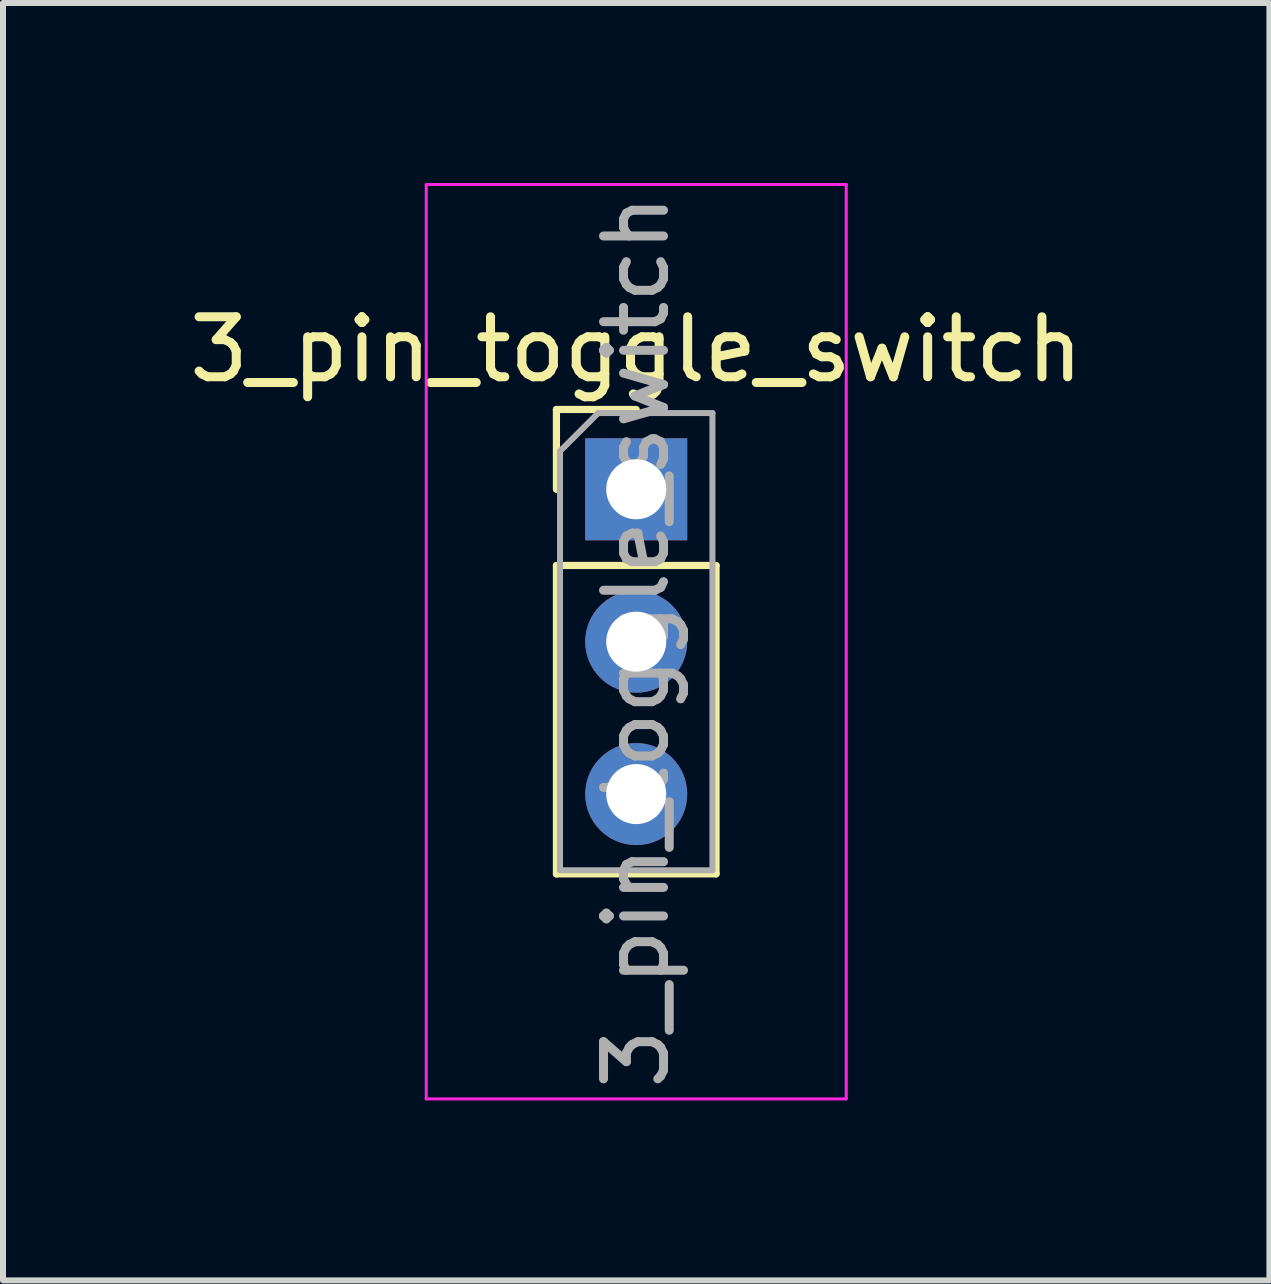
<source format=kicad_pcb>
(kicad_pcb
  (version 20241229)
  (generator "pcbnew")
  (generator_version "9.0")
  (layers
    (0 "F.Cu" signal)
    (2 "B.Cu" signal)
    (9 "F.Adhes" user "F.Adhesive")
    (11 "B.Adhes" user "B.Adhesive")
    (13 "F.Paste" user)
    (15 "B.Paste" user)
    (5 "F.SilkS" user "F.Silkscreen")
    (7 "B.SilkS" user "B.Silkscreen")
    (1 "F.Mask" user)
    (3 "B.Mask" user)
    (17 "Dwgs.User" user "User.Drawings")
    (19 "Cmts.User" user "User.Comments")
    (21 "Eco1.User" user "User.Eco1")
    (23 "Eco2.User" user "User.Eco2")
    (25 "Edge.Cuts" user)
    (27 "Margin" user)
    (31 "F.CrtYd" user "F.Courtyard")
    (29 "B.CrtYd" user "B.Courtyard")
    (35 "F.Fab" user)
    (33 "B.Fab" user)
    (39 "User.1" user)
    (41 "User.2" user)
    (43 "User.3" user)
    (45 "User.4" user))
  (footprint "3_pin_toggle_switch"
    (layer "F.Cu")
    (at 7.554 5.105)
    (property "Reference" "3_pin_toggle_switch" (at 0 -2.33 0) (layer "F.SilkS") (effects (font (size 1 1) (thickness 0.15))))
    (attr through_hole)
    (fp_line (start -1.33 -1.33) (end 0 -1.33) (stroke (width 0.12) (type solid)) (layer "F.SilkS"))
    (fp_line (start -1.33 0) (end -1.33 -1.33) (stroke (width 0.12) (type solid)) (layer "F.SilkS"))
    (fp_line (start -1.33 1.27) (end -1.33 6.41) (stroke (width 0.12) (type solid)) (layer "F.SilkS"))
    (fp_line (start -1.33 1.27) (end 1.33 1.27) (stroke (width 0.12) (type solid)) (layer "F.SilkS"))
    (fp_line (start -1.33 6.41) (end 1.33 6.41) (stroke (width 0.12) (type solid)) (layer "F.SilkS"))
    (fp_line (start 1.33 1.27) (end 1.33 6.41) (stroke (width 0.12) (type solid)) (layer "F.SilkS"))
    (fp_line (start -3.5 -5.08) (end -3.5 10.16) (stroke (width 0.05) (type solid)) (layer "F.CrtYd"))
    (fp_line (start 3.5 -5.08) (end -3.5 -5.08) (stroke (width 0.05) (type solid)) (layer "F.CrtYd"))
    (fp_line (start 3.5 10.16) (end -3.5 10.16) (stroke (width 0.05) (type solid)) (layer "F.CrtYd"))
    (fp_line (start 3.5 10.16) (end 3.5 -5.08) (stroke (width 0.05) (type solid)) (layer "F.CrtYd"))
    (fp_line (start -1.27 -0.635) (end -0.635 -1.27) (stroke (width 0.1) (type solid)) (layer "F.Fab"))
    (fp_line (start -1.27 6.35) (end -1.27 -0.635) (stroke (width 0.1) (type solid)) (layer "F.Fab"))
    (fp_line (start -0.635 -1.27) (end 1.27 -1.27) (stroke (width 0.1) (type solid)) (layer "F.Fab"))
    (fp_line (start 1.27 -1.27) (end 1.27 6.35) (stroke (width 0.1) (type solid)) (layer "F.Fab"))
    (fp_line (start 1.27 6.35) (end -1.27 6.35) (stroke (width 0.1) (type solid)) (layer "F.Fab"))
    (fp_text user "${REFERENCE}" (at 0 2.54 90) (layer "F.Fab") (effects (font (size 1 1) (thickness 0.15))))
    (pad "1" thru_hole rect (at 0 0) (size 1.7 1.7) (drill 1) (layers "*.Cu" "*.Mask"))
    (pad "2" thru_hole oval (at 0 2.54) (size 1.7 1.7) (drill 1) (layers "*.Cu" "*.Mask"))
    (pad "3" thru_hole oval (at 0 5.08) (size 1.7 1.7) (drill 1) (layers "*.Cu" "*.Mask")))
  (gr_rect
    (start -3 -3)
    (end 18.107 18.29)
    (stroke (width 0.1) (type default))
    (fill no)
    (layer "Edge.Cuts")))
</source>
